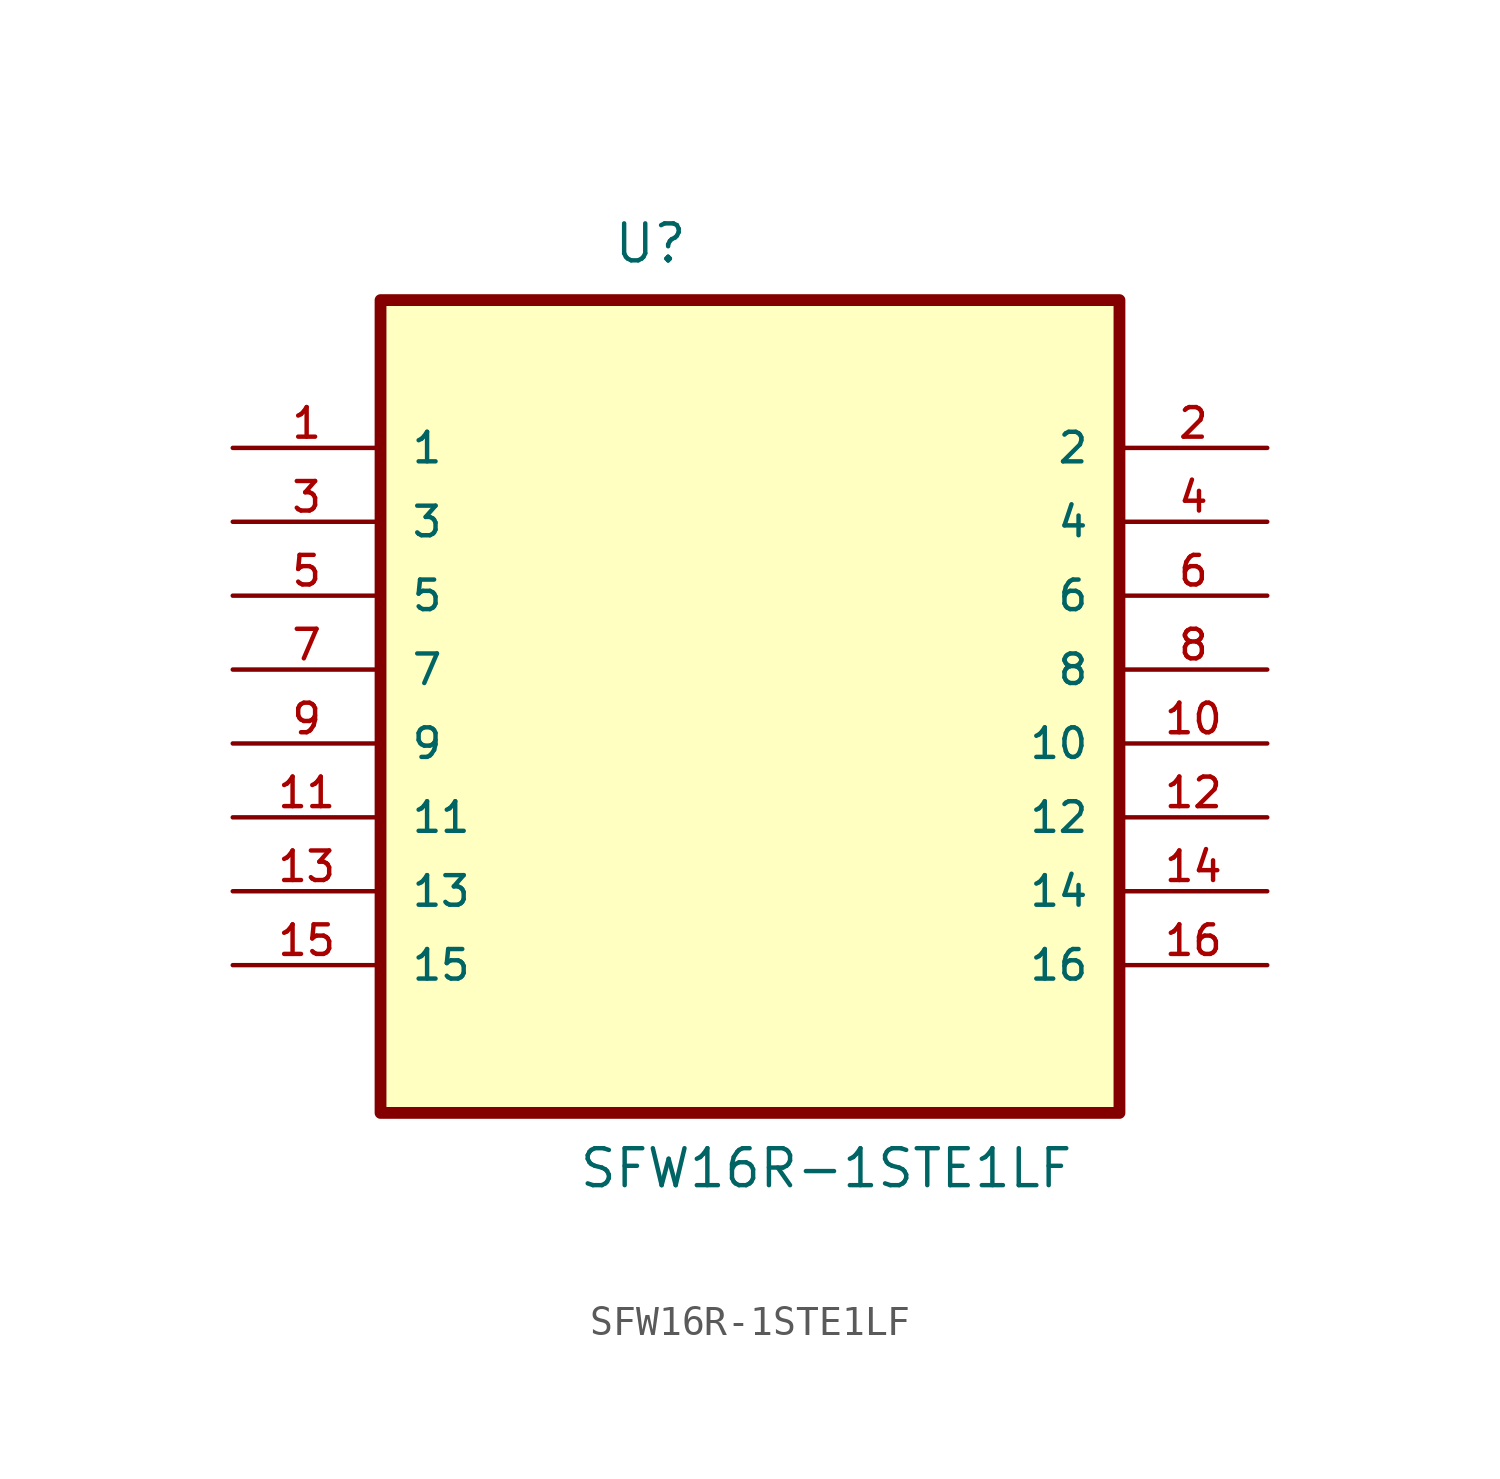
<source format=kicad_sym>
(kicad_symbol_lib
  (version 20211014)
  (generator kicad_symbol_editor)
  (symbol "SFW16R-1STE1LF"
    (pin_names
      (offset 1.016))
    (property "Reference" "U"
      (at -4.729 11.364 0.0)
      (effects (font (size 1.27 1.27)) (justify bottom left)))
    (property "Value" "SFW16R-1STE1LF"
      (at -5.92 -20.426 0.0)
      (effects (font (size 1.27 1.27)) (justify bottom left)))
    (symbol "SFW16R-1STE1LF_0_0"
      (rectangle (start -12.7 -17.78) (end 12.7 10.16) (stroke (width 0.406)) (fill (type background)))
      (pin passive line (at -17.78 5.08 0) (length 5.08) (name "1" (effects (font (size 1.016 1.016)))) (number "1" (effects (font (size 1.016 1.016)))))
      (pin passive line (at -17.78 2.54 0) (length 5.08) (name "3" (effects (font (size 1.016 1.016)))) (number "3" (effects (font (size 1.016 1.016)))))
      (pin passive line (at -17.78 0.0 0) (length 5.08) (name "5" (effects (font (size 1.016 1.016)))) (number "5" (effects (font (size 1.016 1.016)))))
      (pin passive line (at -17.78 -2.54 0) (length 5.08) (name "7" (effects (font (size 1.016 1.016)))) (number "7" (effects (font (size 1.016 1.016)))))
      (pin passive line (at -17.78 -5.08 0) (length 5.08) (name "9" (effects (font (size 1.016 1.016)))) (number "9" (effects (font (size 1.016 1.016)))))
      (pin passive line (at -17.78 -7.62 0) (length 5.08) (name "11" (effects (font (size 1.016 1.016)))) (number "11" (effects (font (size 1.016 1.016)))))
      (pin passive line (at -17.78 -10.16 0) (length 5.08) (name "13" (effects (font (size 1.016 1.016)))) (number "13" (effects (font (size 1.016 1.016)))))
      (pin passive line (at -17.78 -12.7 0) (length 5.08) (name "15" (effects (font (size 1.016 1.016)))) (number "15" (effects (font (size 1.016 1.016)))))
      (pin passive line (at 17.78 5.08 180.0) (length 5.08) (name "2" (effects (font (size 1.016 1.016)))) (number "2" (effects (font (size 1.016 1.016)))))
      (pin passive line (at 17.78 2.54 180.0) (length 5.08) (name "4" (effects (font (size 1.016 1.016)))) (number "4" (effects (font (size 1.016 1.016)))))
      (pin passive line (at 17.78 0.0 180.0) (length 5.08) (name "6" (effects (font (size 1.016 1.016)))) (number "6" (effects (font (size 1.016 1.016)))))
      (pin passive line (at 17.78 -2.54 180.0) (length 5.08) (name "8" (effects (font (size 1.016 1.016)))) (number "8" (effects (font (size 1.016 1.016)))))
      (pin passive line (at 17.78 -5.08 180.0) (length 5.08) (name "10" (effects (font (size 1.016 1.016)))) (number "10" (effects (font (size 1.016 1.016)))))
      (pin passive line (at 17.78 -7.62 180.0) (length 5.08) (name "12" (effects (font (size 1.016 1.016)))) (number "12" (effects (font (size 1.016 1.016)))))
      (pin passive line (at 17.78 -10.16 180.0) (length 5.08) (name "14" (effects (font (size 1.016 1.016)))) (number "14" (effects (font (size 1.016 1.016)))))
      (pin passive line (at 17.78 -12.7 180.0) (length 5.08) (name "16" (effects (font (size 1.016 1.016)))) (number "16" (effects (font (size 1.016 1.016))))))))
</source>
